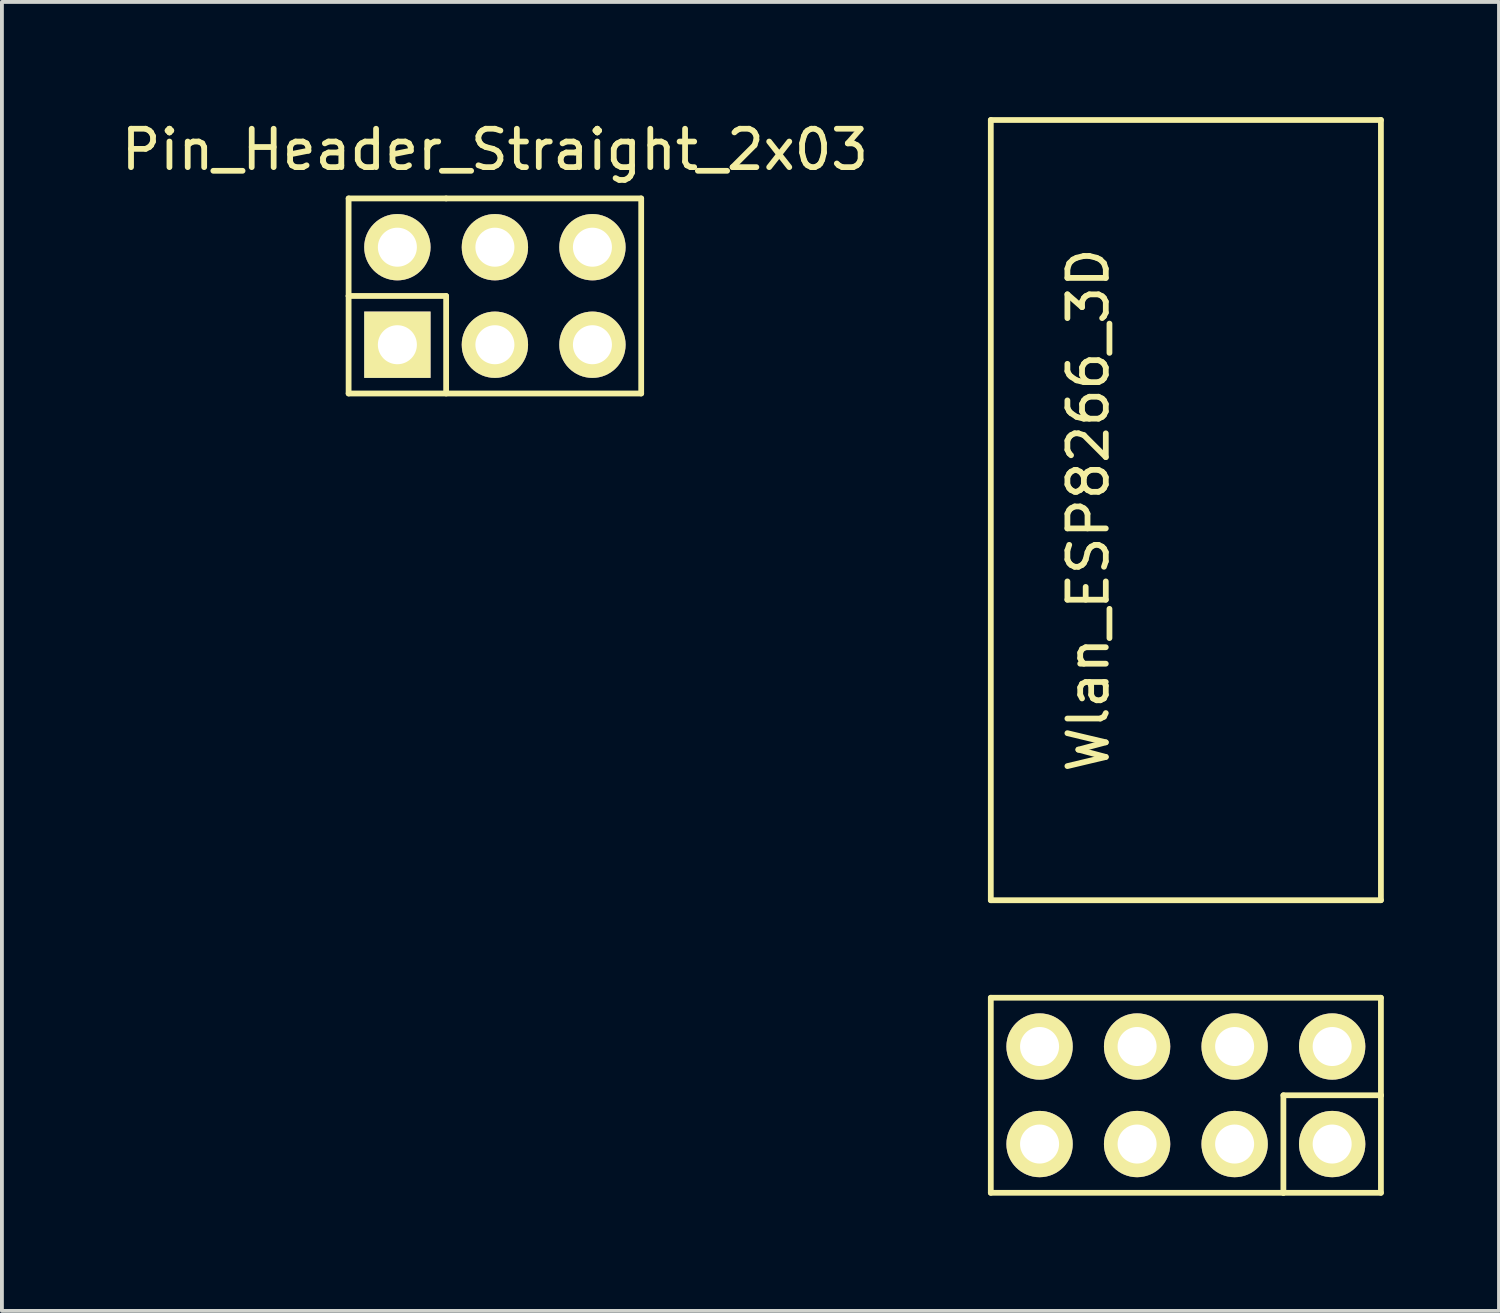
<source format=kicad_pcb>
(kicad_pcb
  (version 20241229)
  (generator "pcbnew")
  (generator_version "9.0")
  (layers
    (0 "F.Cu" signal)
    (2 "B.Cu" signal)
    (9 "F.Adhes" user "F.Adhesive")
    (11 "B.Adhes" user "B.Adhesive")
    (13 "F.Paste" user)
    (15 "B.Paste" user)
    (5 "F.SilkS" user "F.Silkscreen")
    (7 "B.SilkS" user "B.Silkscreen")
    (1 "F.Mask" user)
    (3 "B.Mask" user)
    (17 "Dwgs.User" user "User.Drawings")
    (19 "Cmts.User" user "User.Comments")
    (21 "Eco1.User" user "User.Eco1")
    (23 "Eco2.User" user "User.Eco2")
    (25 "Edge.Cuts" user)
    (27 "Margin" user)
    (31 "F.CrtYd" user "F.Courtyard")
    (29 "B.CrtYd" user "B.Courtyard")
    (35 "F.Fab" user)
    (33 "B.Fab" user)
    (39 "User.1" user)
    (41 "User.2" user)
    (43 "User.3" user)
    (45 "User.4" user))
  (footprint "Pin_Header_Straight_2x03"
    (layer "F.Cu")
    (at 9.839 4.658)
    (property "Reference" "Pin_Header_Straight_2x03" (at 0 -3.81 0) (layer "F.SilkS") (effects (font (size 1 1) (thickness 0.15))))
    (attr through_hole)
    (fp_line (start -3.81 -2.54) (end -3.81 0) (stroke (width 0.15) (type solid)) (layer "F.SilkS"))
    (fp_line (start -3.81 0) (end -1.27 0) (stroke (width 0.15) (type solid)) (layer "F.SilkS"))
    (fp_line (start -3.81 2.54) (end -3.81 0) (stroke (width 0.15) (type solid)) (layer "F.SilkS"))
    (fp_line (start -3.81 2.54) (end 3.81 2.54) (stroke (width 0.15) (type solid)) (layer "F.SilkS"))
    (fp_line (start -1.27 -2.54) (end -3.81 -2.54) (stroke (width 0.15) (type solid)) (layer "F.SilkS"))
    (fp_line (start -1.27 0) (end -1.27 2.54) (stroke (width 0.15) (type solid)) (layer "F.SilkS"))
    (fp_line (start 3.81 -2.54) (end -1.27 -2.54) (stroke (width 0.15) (type solid)) (layer "F.SilkS"))
    (fp_line (start 3.81 2.54) (end 3.81 -2.54) (stroke (width 0.15) (type solid)) (layer "F.SilkS"))
    (pad "1" thru_hole rect (at -2.54 1.27) (size 1.727 1.727) (drill 1.016) (layers "*.Cu" "*.Mask" "F.SilkS"))
    (pad "2" thru_hole oval (at -2.54 -1.27) (size 1.727 1.727) (drill 1.016) (layers "*.Cu" "*.Mask" "F.SilkS"))
    (pad "3" thru_hole oval (at 0 1.27) (size 1.727 1.727) (drill 1.016) (layers "*.Cu" "*.Mask" "F.SilkS"))
    (pad "4" thru_hole oval (at 0 -1.27) (size 1.727 1.727) (drill 1.016) (layers "*.Cu" "*.Mask" "F.SilkS"))
    (pad "5" thru_hole oval (at 2.54 1.27) (size 1.727 1.727) (drill 1.016) (layers "*.Cu" "*.Mask" "F.SilkS"))
    (pad "6" thru_hole oval (at 2.54 -1.27) (size 1.727 1.727) (drill 1.016) (layers "*.Cu" "*.Mask" "F.SilkS")))
  (footprint "Wlan_ESP8266_3D"
    (layer "F.Cu")
    (at 27.834 25.475)
    (property "Reference" "Wlan_ESP8266_3D" (at -2.54 -15.24 90) (layer "F.SilkS") (effects (font (size 1 1) (thickness 0.15))))
    (attr through_hole)
    (fp_line (start -5.08 -25.4) (end 5.08 -25.4) (stroke (width 0.15) (type solid)) (layer "F.SilkS"))
    (fp_line (start -5.08 -5.08) (end -5.08 -25.4) (stroke (width 0.15) (type solid)) (layer "F.SilkS"))
    (fp_line (start -5.08 -2.54) (end 5.08 -2.54) (stroke (width 0.15) (type solid)) (layer "F.SilkS"))
    (fp_line (start -5.08 2.54) (end -5.08 -2.54) (stroke (width 0.15) (type solid)) (layer "F.SilkS"))
    (fp_line (start 2.54 0) (end 2.54 2.54) (stroke (width 0.15) (type solid)) (layer "F.SilkS"))
    (fp_line (start 2.54 2.54) (end -5.08 2.54) (stroke (width 0.15) (type solid)) (layer "F.SilkS"))
    (fp_line (start 5.08 -25.4) (end 5.08 -5.08) (stroke (width 0.15) (type solid)) (layer "F.SilkS"))
    (fp_line (start 5.08 -5.08) (end -5.08 -5.08) (stroke (width 0.15) (type solid)) (layer "F.SilkS"))
    (fp_line (start 5.08 -2.54) (end 5.08 0) (stroke (width 0.15) (type solid)) (layer "F.SilkS"))
    (fp_line (start 5.08 0) (end 2.54 0) (stroke (width 0.15) (type solid)) (layer "F.SilkS"))
    (fp_line (start 5.08 2.54) (end 2.54 2.54) (stroke (width 0.15) (type solid)) (layer "F.SilkS"))
    (fp_line (start 5.08 2.54) (end 5.08 0) (stroke (width 0.15) (type solid)) (layer "F.SilkS"))
    (pad "CH_P" thru_hole oval (at -1.27 1.27 180) (size 1.727 1.727) (drill 1.016) (layers "*.Cu" "*.Mask" "F.SilkS"))
    (pad "GND" thru_hole oval (at -3.81 -1.27 180) (size 1.727 1.727) (drill 1.016) (layers "*.Cu" "*.Mask" "F.SilkS"))
    (pad "GP_I" thru_hole oval (at -1.27 -1.27 180) (size 1.727 1.727) (drill 1.016) (layers "*.Cu" "*.Mask" "F.SilkS"))
    (pad "GP_I" thru_hole oval (at 1.27 -1.27 180) (size 1.727 1.727) (drill 1.016) (layers "*.Cu" "*.Mask" "F.SilkS"))
    (pad "RX" thru_hole oval (at 3.81 -1.27 180) (size 1.727 1.727) (drill 1.016) (layers "*.Cu" "*.Mask" "F.SilkS"))
    (pad "Rese" thru_hole oval (at 1.27 1.27 180) (size 1.727 1.727) (drill 1.016) (layers "*.Cu" "*.Mask" "F.SilkS"))
    (pad "TX" thru_hole oval (at -3.81 1.27 180) (size 1.727 1.727) (drill 1.016) (layers "*.Cu" "*.Mask" "F.SilkS"))
    (pad "VCC" thru_hole circle (at 3.81 1.27 180) (size 1.727 1.727) (drill 1.016) (layers "*.Cu" "*.Mask" "F.SilkS")))
  (gr_rect
    (start -3 -3)
    (end 35.989 31.09)
    (stroke (width 0.1) (type default))
    (fill no)
    (layer "Edge.Cuts")))
</source>
